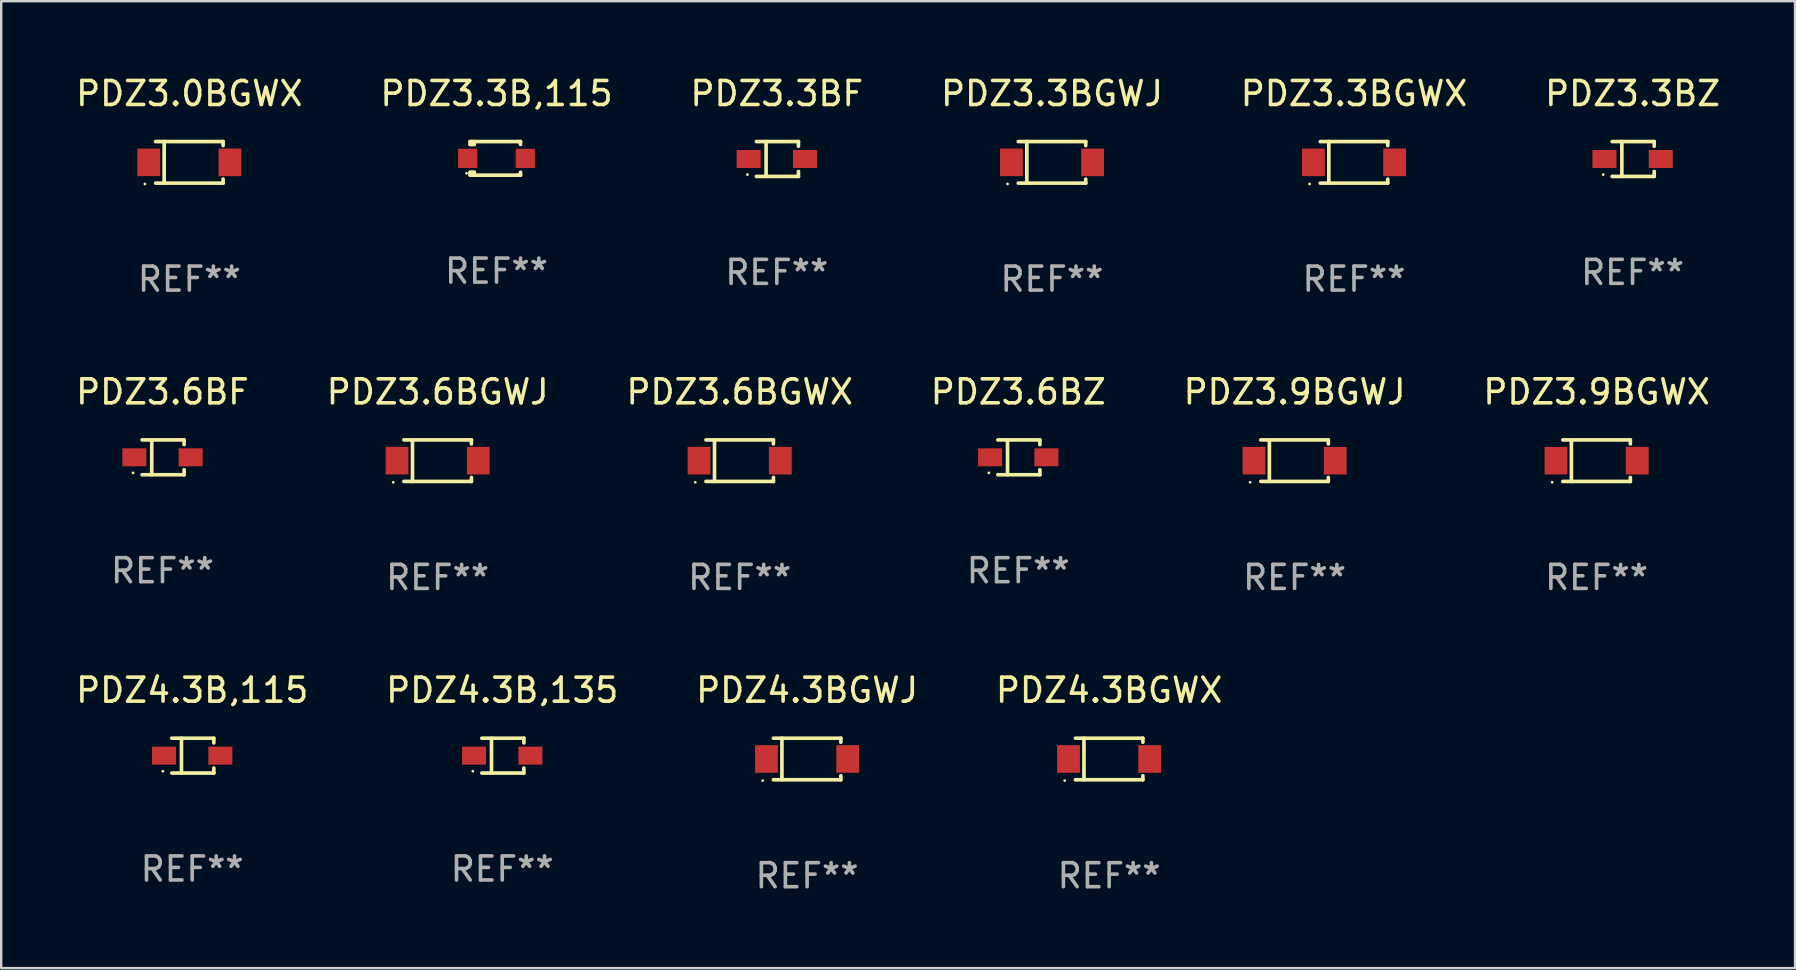
<source format=kicad_pcb>
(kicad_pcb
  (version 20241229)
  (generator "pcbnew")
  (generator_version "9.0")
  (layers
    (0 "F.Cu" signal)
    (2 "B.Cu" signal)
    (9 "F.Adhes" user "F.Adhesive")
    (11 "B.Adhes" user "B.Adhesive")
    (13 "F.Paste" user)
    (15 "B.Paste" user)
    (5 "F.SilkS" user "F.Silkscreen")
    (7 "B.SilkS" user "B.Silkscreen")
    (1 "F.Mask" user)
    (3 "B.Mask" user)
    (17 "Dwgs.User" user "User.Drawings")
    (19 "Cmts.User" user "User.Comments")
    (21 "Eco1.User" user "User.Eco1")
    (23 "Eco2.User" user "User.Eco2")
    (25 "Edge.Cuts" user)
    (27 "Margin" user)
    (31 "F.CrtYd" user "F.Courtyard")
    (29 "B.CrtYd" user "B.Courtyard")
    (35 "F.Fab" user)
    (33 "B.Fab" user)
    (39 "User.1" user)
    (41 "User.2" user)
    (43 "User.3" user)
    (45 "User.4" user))
  (footprint "PDZ4.3B,115"
    (layer "F.Cu")
    (at 4.958 28.432)
    (property "Reference" "PDZ4.3B,115" (at 0 -2.726 0) (layer "F.SilkS") (effects (font (size 1 1) (thickness 0.15))))
    (attr through_hole)
    (fp_line (start -0.851 -0.726) (end 0.901 -0.726) (stroke (width 0.152) (type solid)) (layer "F.SilkS"))
    (fp_line (start -0.851 0.726) (end 0.901 0.726) (stroke (width 0.152) (type solid)) (layer "F.SilkS"))
    (fp_line (start -0.447 -0.726) (end -0.447 0.726) (stroke (width 0.152) (type solid)) (layer "F.SilkS"))
    (fp_line (start 0.901 -0.726) (end 0.901 -0.53) (stroke (width 0.152) (type solid)) (layer "F.SilkS"))
    (fp_line (start 0.901 0.726) (end 0.901 0.52) (stroke (width 0.152) (type solid)) (layer "F.SilkS"))
    (fp_circle (center -1.225 0.65) (end -1.195 0.65) (stroke (width 0.06) (type solid)) (fill no) (layer "F.SilkS"))
    (fp_text user "REF**" (at 0 4.726 0) (layer "F.Fab") (effects (font (size 1 1) (thickness 0.15))))
    (pad "1" smd rect (at -1.173 0) (size 1 0.75) (layers "F.Cu" "F.Mask" "F.Paste"))
    (pad "2" smd rect (at 1.173 0) (size 1 0.75) (layers "F.Cu" "F.Mask" "F.Paste")))
  (footprint "PDZ3.9BGWX"
    (layer "F.Cu")
    (at 63.47 16.143)
    (property "Reference" "PDZ3.9BGWX" (at 0 -2.866 0) (layer "F.SilkS") (effects (font (size 1 1) (thickness 0.15))))
    (attr through_hole)
    (fp_line (start -1.406 -0.866) (end 1.406 -0.866) (stroke (width 0.152) (type solid)) (layer "F.SilkS"))
    (fp_line (start -1.406 0.866) (end 1.406 0.866) (stroke (width 0.152) (type solid)) (layer "F.SilkS"))
    (fp_line (start -1.049 -0.866) (end -1.049 0.866) (stroke (width 0.152) (type solid)) (layer "F.SilkS"))
    (fp_line (start 1.406 -0.866) (end 1.406 -0.698) (stroke (width 0.152) (type solid)) (layer "F.SilkS"))
    (fp_line (start 1.406 0.866) (end 1.406 0.698) (stroke (width 0.152) (type solid)) (layer "F.SilkS"))
    (fp_circle (center -1.851 0.9) (end -1.821 0.9) (stroke (width 0.06) (type solid)) (fill no) (layer "F.SilkS"))
    (fp_text user "REF**" (at 0 4.866 0) (layer "F.Fab") (effects (font (size 1 1) (thickness 0.15))))
    (pad "1" smd rect (at -1.692 0) (size 0.95 1.15) (layers "F.Cu" "F.Mask" "F.Paste"))
    (pad "2" smd rect (at 1.692 0) (size 0.95 1.15) (layers "F.Cu" "F.Mask" "F.Paste")))
  (footprint "PDZ3.6BF"
    (layer "F.Cu")
    (at 3.72 16.003)
    (property "Reference" "PDZ3.6BF" (at 0 -2.726 0) (layer "F.SilkS") (effects (font (size 1 1) (thickness 0.15))))
    (attr through_hole)
    (fp_line (start -0.851 -0.726) (end 0.901 -0.726) (stroke (width 0.152) (type solid)) (layer "F.SilkS"))
    (fp_line (start -0.851 0.726) (end 0.901 0.726) (stroke (width 0.152) (type solid)) (layer "F.SilkS"))
    (fp_line (start -0.447 -0.726) (end -0.447 0.726) (stroke (width 0.152) (type solid)) (layer "F.SilkS"))
    (fp_line (start 0.901 -0.726) (end 0.901 -0.53) (stroke (width 0.152) (type solid)) (layer "F.SilkS"))
    (fp_line (start 0.901 0.726) (end 0.901 0.52) (stroke (width 0.152) (type solid)) (layer "F.SilkS"))
    (fp_circle (center -1.225 0.65) (end -1.195 0.65) (stroke (width 0.06) (type solid)) (fill no) (layer "F.SilkS"))
    (fp_text user "REF**" (at 0 4.726 0) (layer "F.Fab") (effects (font (size 1 1) (thickness 0.15))))
    (pad "1" smd rect (at -1.173 0) (size 1 0.75) (layers "F.Cu" "F.Mask" "F.Paste"))
    (pad "2" smd rect (at 1.173 0) (size 1 0.75) (layers "F.Cu" "F.Mask" "F.Paste")))
  (footprint "PDZ3.3B,115"
    (layer "F.Cu")
    (at 17.637 3.548)
    (property "Reference" "PDZ3.3B,115" (at 0 -2.7 0) (layer "F.SilkS") (effects (font (size 1 1) (thickness 0.15))))
    (attr through_hole)
    (fp_line (start -1.1 -0.7) (end -1.1 -0.58) (stroke (width 0.152) (type solid)) (layer "F.SilkS"))
    (fp_line (start -1.1 0.58) (end -1.1 0.7) (stroke (width 0.152) (type solid)) (layer "F.SilkS"))
    (fp_line (start -1.1 0.58) (end -0.927 0.58) (stroke (width 0.152) (type solid)) (layer "F.SilkS"))
    (fp_line (start -1.1 0.7) (end 0.9 0.7) (stroke (width 0.152) (type solid)) (layer "F.SilkS"))
    (fp_line (start -1.014 -0.58) (end -1.014 -0.7) (stroke (width 0.152) (type solid)) (layer "F.SilkS"))
    (fp_line (start -1.014 0.7) (end -1.014 0.58) (stroke (width 0.152) (type solid)) (layer "F.SilkS"))
    (fp_line (start -0.927 -0.7) (end -0.927 -0.58) (stroke (width 0.152) (type solid)) (layer "F.SilkS"))
    (fp_line (start -0.927 -0.58) (end -1.1 -0.58) (stroke (width 0.152) (type solid)) (layer "F.SilkS"))
    (fp_line (start -0.927 0.58) (end -0.927 0.7) (stroke (width 0.152) (type solid)) (layer "F.SilkS"))
    (fp_line (start 0.9 -0.7) (end -1.1 -0.7) (stroke (width 0.152) (type solid)) (layer "F.SilkS"))
    (fp_line (start 0.9 0.7) (end 1 0.7) (stroke (width 0.152) (type solid)) (layer "F.SilkS"))
    (fp_line (start 1 -0.7) (end 0.9 -0.7) (stroke (width 0.152) (type solid)) (layer "F.SilkS"))
    (fp_line (start 1 -0.58) (end 1 -0.7) (stroke (width 0.152) (type solid)) (layer "F.SilkS"))
    (fp_line (start 1 0.7) (end 1 0.58) (stroke (width 0.152) (type solid)) (layer "F.SilkS"))
    (fp_circle (center -1.25 0.625) (end -1.22 0.625) (stroke (width 0.06) (type solid)) (fill no) (layer "F.SilkS"))
    (fp_text user "REF**" (at 0 4.7 0) (layer "F.Fab") (effects (font (size 1 1) (thickness 0.15))))
    (pad "1" smd rect (at -1.2 0) (size 0.8 0.8) (layers "F.Cu" "F.Mask" "F.Paste"))
    (pad "2" smd rect (at 1.2 0) (size 0.8 0.8) (layers "F.Cu" "F.Mask" "F.Paste")))
  (footprint "PDZ4.3BGWJ"
    (layer "F.Cu")
    (at 30.577 28.572)
    (property "Reference" "PDZ4.3BGWJ" (at 0 -2.866 0) (layer "F.SilkS") (effects (font (size 1 1) (thickness 0.15))))
    (attr through_hole)
    (fp_line (start -1.406 -0.866) (end 1.406 -0.866) (stroke (width 0.152) (type solid)) (layer "F.SilkS"))
    (fp_line (start -1.406 0.866) (end 1.406 0.866) (stroke (width 0.152) (type solid)) (layer "F.SilkS"))
    (fp_line (start -1.049 -0.866) (end -1.049 0.866) (stroke (width 0.152) (type solid)) (layer "F.SilkS"))
    (fp_line (start 1.406 -0.866) (end 1.406 -0.698) (stroke (width 0.152) (type solid)) (layer "F.SilkS"))
    (fp_line (start 1.406 0.866) (end 1.406 0.698) (stroke (width 0.152) (type solid)) (layer "F.SilkS"))
    (fp_circle (center -1.851 0.9) (end -1.821 0.9) (stroke (width 0.06) (type solid)) (fill no) (layer "F.SilkS"))
    (fp_text user "REF**" (at 0 4.866 0) (layer "F.Fab") (effects (font (size 1 1) (thickness 0.15))))
    (pad "1" smd rect (at -1.692 0) (size 0.95 1.15) (layers "F.Cu" "F.Mask" "F.Paste"))
    (pad "2" smd rect (at 1.692 0) (size 0.95 1.15) (layers "F.Cu" "F.Mask" "F.Paste")))
  (footprint "PDZ3.3BGWX"
    (layer "F.Cu")
    (at 53.363 3.714)
    (property "Reference" "PDZ3.3BGWX" (at 0 -2.866 0) (layer "F.SilkS") (effects (font (size 1 1) (thickness 0.15))))
    (attr through_hole)
    (fp_line (start -1.406 -0.866) (end 1.406 -0.866) (stroke (width 0.152) (type solid)) (layer "F.SilkS"))
    (fp_line (start -1.406 0.866) (end 1.406 0.866) (stroke (width 0.152) (type solid)) (layer "F.SilkS"))
    (fp_line (start -1.049 -0.866) (end -1.049 0.866) (stroke (width 0.152) (type solid)) (layer "F.SilkS"))
    (fp_line (start 1.406 -0.866) (end 1.406 -0.698) (stroke (width 0.152) (type solid)) (layer "F.SilkS"))
    (fp_line (start 1.406 0.866) (end 1.406 0.698) (stroke (width 0.152) (type solid)) (layer "F.SilkS"))
    (fp_circle (center -1.851 0.9) (end -1.821 0.9) (stroke (width 0.06) (type solid)) (fill no) (layer "F.SilkS"))
    (fp_text user "REF**" (at 0 4.866 0) (layer "F.Fab") (effects (font (size 1 1) (thickness 0.15))))
    (pad "1" smd rect (at -1.692 0) (size 0.95 1.15) (layers "F.Cu" "F.Mask" "F.Paste"))
    (pad "2" smd rect (at 1.692 0) (size 0.95 1.15) (layers "F.Cu" "F.Mask" "F.Paste")))
  (footprint "PDZ4.3BGWX"
    (layer "F.Cu")
    (at 43.161 28.572)
    (property "Reference" "PDZ4.3BGWX" (at 0 -2.866 0) (layer "F.SilkS") (effects (font (size 1 1) (thickness 0.15))))
    (attr through_hole)
    (fp_line (start -1.406 -0.866) (end 1.406 -0.866) (stroke (width 0.152) (type solid)) (layer "F.SilkS"))
    (fp_line (start -1.406 0.866) (end 1.406 0.866) (stroke (width 0.152) (type solid)) (layer "F.SilkS"))
    (fp_line (start -1.049 -0.866) (end -1.049 0.866) (stroke (width 0.152) (type solid)) (layer "F.SilkS"))
    (fp_line (start 1.406 -0.866) (end 1.406 -0.698) (stroke (width 0.152) (type solid)) (layer "F.SilkS"))
    (fp_line (start 1.406 0.866) (end 1.406 0.698) (stroke (width 0.152) (type solid)) (layer "F.SilkS"))
    (fp_circle (center -1.851 0.9) (end -1.821 0.9) (stroke (width 0.06) (type solid)) (fill no) (layer "F.SilkS"))
    (fp_text user "REF**" (at 0 4.866 0) (layer "F.Fab") (effects (font (size 1 1) (thickness 0.15))))
    (pad "1" smd rect (at -1.692 0) (size 0.95 1.15) (layers "F.Cu" "F.Mask" "F.Paste"))
    (pad "2" smd rect (at 1.692 0) (size 0.95 1.15) (layers "F.Cu" "F.Mask" "F.Paste")))
  (footprint "PDZ3.3BZ"
    (layer "F.Cu")
    (at 64.97 3.574)
    (property "Reference" "PDZ3.3BZ" (at 0 -2.726 0) (layer "F.SilkS") (effects (font (size 1 1) (thickness 0.15))))
    (attr through_hole)
    (fp_line (start -0.851 -0.726) (end 0.901 -0.726) (stroke (width 0.152) (type solid)) (layer "F.SilkS"))
    (fp_line (start -0.851 0.726) (end 0.901 0.726) (stroke (width 0.152) (type solid)) (layer "F.SilkS"))
    (fp_line (start -0.447 -0.726) (end -0.447 0.726) (stroke (width 0.152) (type solid)) (layer "F.SilkS"))
    (fp_line (start 0.901 -0.726) (end 0.901 -0.53) (stroke (width 0.152) (type solid)) (layer "F.SilkS"))
    (fp_line (start 0.901 0.726) (end 0.901 0.52) (stroke (width 0.152) (type solid)) (layer "F.SilkS"))
    (fp_circle (center -1.225 0.65) (end -1.195 0.65) (stroke (width 0.06) (type solid)) (fill no) (layer "F.SilkS"))
    (fp_text user "REF**" (at 0 4.726 0) (layer "F.Fab") (effects (font (size 1 1) (thickness 0.15))))
    (pad "1" smd rect (at -1.173 0) (size 1 0.75) (layers "F.Cu" "F.Mask" "F.Paste"))
    (pad "2" smd rect (at 1.173 0) (size 1 0.75) (layers "F.Cu" "F.Mask" "F.Paste")))
  (footprint "PDZ3.3BF"
    (layer "F.Cu")
    (at 29.315 3.574)
    (property "Reference" "PDZ3.3BF" (at 0 -2.726 0) (layer "F.SilkS") (effects (font (size 1 1) (thickness 0.15))))
    (attr through_hole)
    (fp_line (start -0.851 -0.726) (end 0.901 -0.726) (stroke (width 0.152) (type solid)) (layer "F.SilkS"))
    (fp_line (start -0.851 0.726) (end 0.901 0.726) (stroke (width 0.152) (type solid)) (layer "F.SilkS"))
    (fp_line (start -0.447 -0.726) (end -0.447 0.726) (stroke (width 0.152) (type solid)) (layer "F.SilkS"))
    (fp_line (start 0.901 -0.726) (end 0.901 -0.53) (stroke (width 0.152) (type solid)) (layer "F.SilkS"))
    (fp_line (start 0.901 0.726) (end 0.901 0.52) (stroke (width 0.152) (type solid)) (layer "F.SilkS"))
    (fp_circle (center -1.225 0.65) (end -1.195 0.65) (stroke (width 0.06) (type solid)) (fill no) (layer "F.SilkS"))
    (fp_text user "REF**" (at 0 4.726 0) (layer "F.Fab") (effects (font (size 1 1) (thickness 0.15))))
    (pad "1" smd rect (at -1.173 0) (size 1 0.75) (layers "F.Cu" "F.Mask" "F.Paste"))
    (pad "2" smd rect (at 1.173 0) (size 1 0.75) (layers "F.Cu" "F.Mask" "F.Paste")))
  (footprint "PDZ3.0BGWX"
    (layer "F.Cu")
    (at 4.839 3.714)
    (property "Reference" "PDZ3.0BGWX" (at 0 -2.866 0) (layer "F.SilkS") (effects (font (size 1 1) (thickness 0.15))))
    (attr through_hole)
    (fp_line (start -1.406 -0.866) (end 1.406 -0.866) (stroke (width 0.152) (type solid)) (layer "F.SilkS"))
    (fp_line (start -1.406 0.866) (end 1.406 0.866) (stroke (width 0.152) (type solid)) (layer "F.SilkS"))
    (fp_line (start -1.049 -0.866) (end -1.049 0.866) (stroke (width 0.152) (type solid)) (layer "F.SilkS"))
    (fp_line (start 1.406 -0.866) (end 1.406 -0.698) (stroke (width 0.152) (type solid)) (layer "F.SilkS"))
    (fp_line (start 1.406 0.866) (end 1.406 0.698) (stroke (width 0.152) (type solid)) (layer "F.SilkS"))
    (fp_circle (center -1.851 0.9) (end -1.821 0.9) (stroke (width 0.06) (type solid)) (fill no) (layer "F.SilkS"))
    (fp_text user "REF**" (at 0 4.866 0) (layer "F.Fab") (effects (font (size 1 1) (thickness 0.15))))
    (pad "1" smd rect (at -1.692 0) (size 0.95 1.15) (layers "F.Cu" "F.Mask" "F.Paste"))
    (pad "2" smd rect (at 1.692 0) (size 0.95 1.15) (layers "F.Cu" "F.Mask" "F.Paste")))
  (footprint "PDZ3.3BGWJ"
    (layer "F.Cu")
    (at 40.78 3.714)
    (property "Reference" "PDZ3.3BGWJ" (at 0 -2.866 0) (layer "F.SilkS") (effects (font (size 1 1) (thickness 0.15))))
    (attr through_hole)
    (fp_line (start -1.406 -0.866) (end 1.406 -0.866) (stroke (width 0.152) (type solid)) (layer "F.SilkS"))
    (fp_line (start -1.406 0.866) (end 1.406 0.866) (stroke (width 0.152) (type solid)) (layer "F.SilkS"))
    (fp_line (start -1.049 -0.866) (end -1.049 0.866) (stroke (width 0.152) (type solid)) (layer "F.SilkS"))
    (fp_line (start 1.406 -0.866) (end 1.406 -0.698) (stroke (width 0.152) (type solid)) (layer "F.SilkS"))
    (fp_line (start 1.406 0.866) (end 1.406 0.698) (stroke (width 0.152) (type solid)) (layer "F.SilkS"))
    (fp_circle (center -1.851 0.9) (end -1.821 0.9) (stroke (width 0.06) (type solid)) (fill no) (layer "F.SilkS"))
    (fp_text user "REF**" (at 0 4.866 0) (layer "F.Fab") (effects (font (size 1 1) (thickness 0.15))))
    (pad "1" smd rect (at -1.692 0) (size 0.95 1.15) (layers "F.Cu" "F.Mask" "F.Paste"))
    (pad "2" smd rect (at 1.692 0) (size 0.95 1.15) (layers "F.Cu" "F.Mask" "F.Paste")))
  (footprint "PDZ3.6BZ"
    (layer "F.Cu")
    (at 39.375 16.003)
    (property "Reference" "PDZ3.6BZ" (at 0 -2.726 0) (layer "F.SilkS") (effects (font (size 1 1) (thickness 0.15))))
    (attr through_hole)
    (fp_line (start -0.851 -0.726) (end 0.901 -0.726) (stroke (width 0.152) (type solid)) (layer "F.SilkS"))
    (fp_line (start -0.851 0.726) (end 0.901 0.726) (stroke (width 0.152) (type solid)) (layer "F.SilkS"))
    (fp_line (start -0.447 -0.726) (end -0.447 0.726) (stroke (width 0.152) (type solid)) (layer "F.SilkS"))
    (fp_line (start 0.901 -0.726) (end 0.901 -0.53) (stroke (width 0.152) (type solid)) (layer "F.SilkS"))
    (fp_line (start 0.901 0.726) (end 0.901 0.52) (stroke (width 0.152) (type solid)) (layer "F.SilkS"))
    (fp_circle (center -1.225 0.65) (end -1.195 0.65) (stroke (width 0.06) (type solid)) (fill no) (layer "F.SilkS"))
    (fp_text user "REF**" (at 0 4.726 0) (layer "F.Fab") (effects (font (size 1 1) (thickness 0.15))))
    (pad "1" smd rect (at -1.173 0) (size 1 0.75) (layers "F.Cu" "F.Mask" "F.Paste"))
    (pad "2" smd rect (at 1.173 0) (size 1 0.75) (layers "F.Cu" "F.Mask" "F.Paste")))
  (footprint "PDZ3.9BGWJ"
    (layer "F.Cu")
    (at 50.887 16.143)
    (property "Reference" "PDZ3.9BGWJ" (at 0 -2.866 0) (layer "F.SilkS") (effects (font (size 1 1) (thickness 0.15))))
    (attr through_hole)
    (fp_line (start -1.406 -0.866) (end 1.406 -0.866) (stroke (width 0.152) (type solid)) (layer "F.SilkS"))
    (fp_line (start -1.406 0.866) (end 1.406 0.866) (stroke (width 0.152) (type solid)) (layer "F.SilkS"))
    (fp_line (start -1.049 -0.866) (end -1.049 0.866) (stroke (width 0.152) (type solid)) (layer "F.SilkS"))
    (fp_line (start 1.406 -0.866) (end 1.406 -0.698) (stroke (width 0.152) (type solid)) (layer "F.SilkS"))
    (fp_line (start 1.406 0.866) (end 1.406 0.698) (stroke (width 0.152) (type solid)) (layer "F.SilkS"))
    (fp_circle (center -1.851 0.9) (end -1.821 0.9) (stroke (width 0.06) (type solid)) (fill no) (layer "F.SilkS"))
    (fp_text user "REF**" (at 0 4.866 0) (layer "F.Fab") (effects (font (size 1 1) (thickness 0.15))))
    (pad "1" smd rect (at -1.692 0) (size 0.95 1.15) (layers "F.Cu" "F.Mask" "F.Paste"))
    (pad "2" smd rect (at 1.692 0) (size 0.95 1.15) (layers "F.Cu" "F.Mask" "F.Paste")))
  (footprint "PDZ3.6BGWX"
    (layer "F.Cu")
    (at 27.768 16.143)
    (property "Reference" "PDZ3.6BGWX" (at 0 -2.866 0) (layer "F.SilkS") (effects (font (size 1 1) (thickness 0.15))))
    (attr through_hole)
    (fp_line (start -1.406 -0.866) (end 1.406 -0.866) (stroke (width 0.152) (type solid)) (layer "F.SilkS"))
    (fp_line (start -1.406 0.866) (end 1.406 0.866) (stroke (width 0.152) (type solid)) (layer "F.SilkS"))
    (fp_line (start -1.049 -0.866) (end -1.049 0.866) (stroke (width 0.152) (type solid)) (layer "F.SilkS"))
    (fp_line (start 1.406 -0.866) (end 1.406 -0.698) (stroke (width 0.152) (type solid)) (layer "F.SilkS"))
    (fp_line (start 1.406 0.866) (end 1.406 0.698) (stroke (width 0.152) (type solid)) (layer "F.SilkS"))
    (fp_circle (center -1.851 0.9) (end -1.821 0.9) (stroke (width 0.06) (type solid)) (fill no) (layer "F.SilkS"))
    (fp_text user "REF**" (at 0 4.866 0) (layer "F.Fab") (effects (font (size 1 1) (thickness 0.15))))
    (pad "1" smd rect (at -1.692 0) (size 0.95 1.15) (layers "F.Cu" "F.Mask" "F.Paste"))
    (pad "2" smd rect (at 1.692 0) (size 0.95 1.15) (layers "F.Cu" "F.Mask" "F.Paste")))
  (footprint "PDZ4.3B,135"
    (layer "F.Cu")
    (at 17.875 28.432)
    (property "Reference" "PDZ4.3B,135" (at 0 -2.726 0) (layer "F.SilkS") (effects (font (size 1 1) (thickness 0.15))))
    (attr through_hole)
    (fp_line (start -0.851 -0.726) (end 0.901 -0.726) (stroke (width 0.152) (type solid)) (layer "F.SilkS"))
    (fp_line (start -0.851 0.726) (end 0.901 0.726) (stroke (width 0.152) (type solid)) (layer "F.SilkS"))
    (fp_line (start -0.447 -0.726) (end -0.447 0.726) (stroke (width 0.152) (type solid)) (layer "F.SilkS"))
    (fp_line (start 0.901 -0.726) (end 0.901 -0.53) (stroke (width 0.152) (type solid)) (layer "F.SilkS"))
    (fp_line (start 0.901 0.726) (end 0.901 0.52) (stroke (width 0.152) (type solid)) (layer "F.SilkS"))
    (fp_circle (center -1.225 0.65) (end -1.195 0.65) (stroke (width 0.06) (type solid)) (fill no) (layer "F.SilkS"))
    (fp_text user "REF**" (at 0 4.726 0) (layer "F.Fab") (effects (font (size 1 1) (thickness 0.15))))
    (pad "1" smd rect (at -1.173 0) (size 1 0.75) (layers "F.Cu" "F.Mask" "F.Paste"))
    (pad "2" smd rect (at 1.173 0) (size 1 0.75) (layers "F.Cu" "F.Mask" "F.Paste")))
  (footprint "PDZ3.6BGWJ"
    (layer "F.Cu")
    (at 15.185 16.143)
    (property "Reference" "PDZ3.6BGWJ" (at 0 -2.866 0) (layer "F.SilkS") (effects (font (size 1 1) (thickness 0.15))))
    (attr through_hole)
    (fp_line (start -1.406 -0.866) (end 1.406 -0.866) (stroke (width 0.152) (type solid)) (layer "F.SilkS"))
    (fp_line (start -1.406 0.866) (end 1.406 0.866) (stroke (width 0.152) (type solid)) (layer "F.SilkS"))
    (fp_line (start -1.049 -0.866) (end -1.049 0.866) (stroke (width 0.152) (type solid)) (layer "F.SilkS"))
    (fp_line (start 1.406 -0.866) (end 1.406 -0.698) (stroke (width 0.152) (type solid)) (layer "F.SilkS"))
    (fp_line (start 1.406 0.866) (end 1.406 0.698) (stroke (width 0.152) (type solid)) (layer "F.SilkS"))
    (fp_circle (center -1.851 0.9) (end -1.821 0.9) (stroke (width 0.06) (type solid)) (fill no) (layer "F.SilkS"))
    (fp_text user "REF**" (at 0 4.866 0) (layer "F.Fab") (effects (font (size 1 1) (thickness 0.15))))
    (pad "1" smd rect (at -1.692 0) (size 0.95 1.15) (layers "F.Cu" "F.Mask" "F.Paste"))
    (pad "2" smd rect (at 1.692 0) (size 0.95 1.15) (layers "F.Cu" "F.Mask" "F.Paste")))
  (gr_rect
    (start -3 -3)
    (end 71.738 37.287)
    (stroke (width 0.1) (type default))
    (fill no)
    (layer "Edge.Cuts")))
</source>
